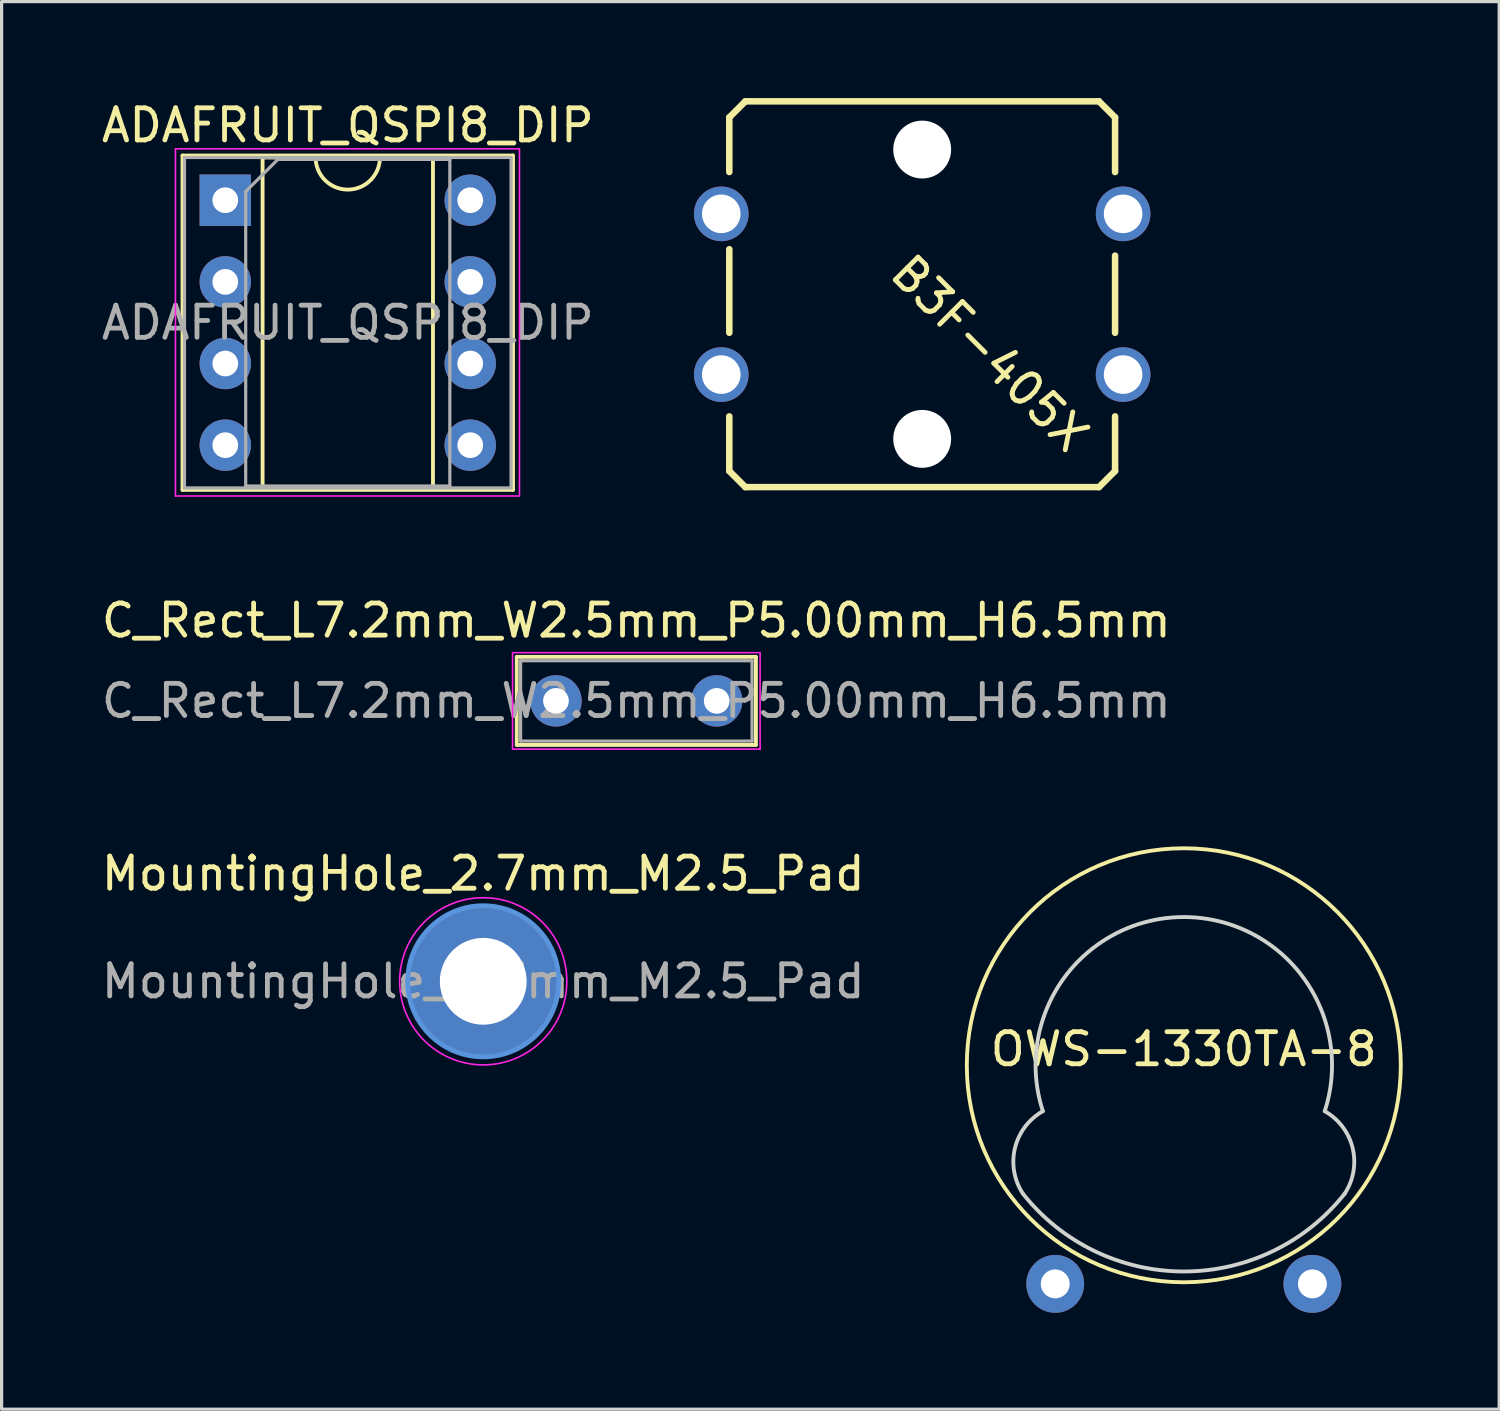
<source format=kicad_pcb>
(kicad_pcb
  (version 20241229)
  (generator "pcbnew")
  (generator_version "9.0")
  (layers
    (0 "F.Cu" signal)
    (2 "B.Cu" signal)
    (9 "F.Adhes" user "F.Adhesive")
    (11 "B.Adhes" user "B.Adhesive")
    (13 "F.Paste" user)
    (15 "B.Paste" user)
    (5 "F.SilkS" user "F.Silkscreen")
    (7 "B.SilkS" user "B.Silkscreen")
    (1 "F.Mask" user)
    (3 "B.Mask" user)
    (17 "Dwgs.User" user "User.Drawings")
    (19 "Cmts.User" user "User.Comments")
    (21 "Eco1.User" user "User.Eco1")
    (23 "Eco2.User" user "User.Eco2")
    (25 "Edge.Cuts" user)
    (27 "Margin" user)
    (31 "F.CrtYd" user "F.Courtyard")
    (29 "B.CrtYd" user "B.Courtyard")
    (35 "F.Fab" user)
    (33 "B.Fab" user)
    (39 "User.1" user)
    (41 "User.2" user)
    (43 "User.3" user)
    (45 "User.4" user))
  (footprint "C_Rect_L7.2mm_W2.5mm_P5.00mm_H6.5mm"
    (layer "F.Cu")
    (at 14.244 18.752)
    (property "Reference" "C_Rect_L7.2mm_W2.5mm_P5.00mm_H6.5mm" (at 2.5 -2.5 0) (layer "F.SilkS") (effects (font (size 1 1) (thickness 0.15))))
    (attr through_hole)
    (fp_line (start -1.22 -1.37) (end -1.22 1.37) (stroke (width 0.12) (type solid)) (layer "F.SilkS"))
    (fp_line (start -1.22 -1.37) (end 6.22 -1.37) (stroke (width 0.12) (type solid)) (layer "F.SilkS"))
    (fp_line (start -1.22 1.37) (end 6.22 1.37) (stroke (width 0.12) (type solid)) (layer "F.SilkS"))
    (fp_line (start 6.22 -1.37) (end 6.22 1.37) (stroke (width 0.12) (type solid)) (layer "F.SilkS"))
    (fp_line (start -1.35 -1.5) (end -1.35 1.5) (stroke (width 0.05) (type solid)) (layer "F.CrtYd"))
    (fp_line (start -1.35 1.5) (end 6.35 1.5) (stroke (width 0.05) (type solid)) (layer "F.CrtYd"))
    (fp_line (start 6.35 -1.5) (end -1.35 -1.5) (stroke (width 0.05) (type solid)) (layer "F.CrtYd"))
    (fp_line (start 6.35 1.5) (end 6.35 -1.5) (stroke (width 0.05) (type solid)) (layer "F.CrtYd"))
    (fp_line (start -1.1 -1.25) (end -1.1 1.25) (stroke (width 0.1) (type solid)) (layer "F.Fab"))
    (fp_line (start -1.1 1.25) (end 6.1 1.25) (stroke (width 0.1) (type solid)) (layer "F.Fab"))
    (fp_line (start 6.1 -1.25) (end -1.1 -1.25) (stroke (width 0.1) (type solid)) (layer "F.Fab"))
    (fp_line (start 6.1 1.25) (end 6.1 -1.25) (stroke (width 0.1) (type solid)) (layer "F.Fab"))
    (fp_text user "${REFERENCE}" (at 2.5 0 0) (layer "F.Fab") (effects (font (size 1 1) (thickness 0.15))))
    (pad "1" thru_hole circle (at 0 0) (size 1.6 1.6) (drill 0.8) (layers "*.Cu" "*.Mask"))
    (pad "2" thru_hole circle (at 5 0) (size 1.6 1.6) (drill 0.8) (layers "*.Cu" "*.Mask")))
  (footprint "MountingHole_2.7mm_M2.5_Pad"
    (layer "F.Cu")
    (at 11.982 27.475)
    (property "Reference" "MountingHole_2.7mm_M2.5_Pad" (at 0 -3.35 0) (layer "F.SilkS") (effects (font (size 1 1) (thickness 0.15))))
    (attr exclude_from_pos_files)
    (fp_circle (center 0 0) (end 2.35 0) (stroke (width 0.15) (type solid)) (fill no) (layer "Cmts.User"))
    (fp_circle (center 0 0) (end 2.6 0) (stroke (width 0.05) (type solid)) (fill no) (layer "F.CrtYd"))
    (fp_text user "${REFERENCE}" (at 0 0 0) (layer "F.Fab") (effects (font (size 1 1) (thickness 0.15))))
    (pad "1" thru_hole circle (at 0 0) (size 4.7 4.7) (drill 2.7) (layers "*.Cu" "*.Mask")))
  (footprint "OWS-1330TA-8"
    (layer "F.Cu")
    (at 33.774 30.087)
    (property "Reference" "OWS-1330TA-8" (at 0 -0.5 0) (unlocked yes) (layer "F.SilkS") (effects (font (size 1 1) (thickness 0.15))))
    (fp_circle (center 0 0) (end 6.75 0) (stroke (width 0.12) (type default)) (fill no) (layer "F.SilkS"))
    (fp_arc (start -4.999999 4) (mid -5.25314 2.579882) (end -4.38383 1.428745) (stroke (width 0.12) (type default)) (layer "Edge.Cuts"))
    (fp_arc (start -4.38383 1.428745) (mid 0 -4.610778) (end 4.38383 1.428745) (stroke (width 0.12) (type default)) (layer "Edge.Cuts"))
    (fp_arc (start 4.38383 1.428745) (mid 5.25314 2.579882) (end 4.999999 4) (stroke (width 0.12) (type default)) (layer "Edge.Cuts"))
    (fp_arc (start 4.999999 3.999999) (mid 0 6.414645) (end -4.999999 4) (stroke (width 0.12) (type default)) (layer "Edge.Cuts"))
    (pad "1" thru_hole circle (at -4 6.8) (size 1.8 1.8) (drill 0.9) (layers "*.Cu" "*.Mask"))
    (pad "2" thru_hole circle (at 4 6.8) (size 1.8 1.8) (drill 0.9) (layers "*.Cu" "*.Mask")))
  (footprint "B3F-405X"
    (layer "F.Cu")
    (at 25.636 6.102)
    (property "Reference" "B3F-405X" (at -1.167 -0.593 135) (layer "F.SilkS") (effects (font (size 1 1) (thickness 0.15)) (justify left bottom)))
    (attr through_hole)
    (fp_line (start -6 -5.5) (end -6 -3.8) (stroke (width 0.203) (type default)) (layer "F.SilkS"))
    (fp_line (start -6 -5.5) (end -5.5 -6) (stroke (width 0.203) (type solid)) (layer "F.SilkS"))
    (fp_line (start -6 -1.4) (end -6 1.2) (stroke (width 0.203) (type default)) (layer "F.SilkS"))
    (fp_line (start -6 3.8) (end -6 5.5) (stroke (width 0.203) (type default)) (layer "F.SilkS"))
    (fp_line (start -6 5.5) (end -5.5 6) (stroke (width 0.203) (type solid)) (layer "F.SilkS"))
    (fp_line (start -5.5 -6) (end 5.5 -6) (stroke (width 0.203) (type solid)) (layer "F.SilkS"))
    (fp_line (start -5.5 6) (end 5.5 6) (stroke (width 0.203) (type solid)) (layer "F.SilkS"))
    (fp_line (start 5.5 -6) (end 6 -5.5) (stroke (width 0.203) (type solid)) (layer "F.SilkS"))
    (fp_line (start 5.5 6) (end 6 5.5) (stroke (width 0.203) (type solid)) (layer "F.SilkS"))
    (fp_line (start 6 -5.5) (end 6 -3.8) (stroke (width 0.203) (type default)) (layer "F.SilkS"))
    (fp_line (start 6 -1.2) (end 6 1.2) (stroke (width 0.203) (type default)) (layer "F.SilkS"))
    (fp_line (start 6 5.5) (end 6 3.8) (stroke (width 0.203) (type default)) (layer "F.SilkS"))
    (pad "" np_thru_hole circle (at 0 -4.5) (size 1.8 1.8) (drill 1.8) (layers "*.Cu" "*.Mask"))
    (pad "" np_thru_hole circle (at 0 4.5) (size 1.8 1.8) (drill 1.8) (layers "*.Cu" "*.Mask"))
    (pad "1" thru_hole circle (at 6.25 2.5) (size 1.7 1.7) (drill 1.2) (layers "*.Cu" "*.Mask"))
    (pad "2" thru_hole circle (at -6.25 2.5) (size 1.7 1.7) (drill 1.2) (layers "*.Cu" "*.Mask"))
    (pad "3" thru_hole circle (at 6.25 -2.5) (size 1.7 1.7) (drill 1.2) (layers "*.Cu" "*.Mask"))
    (pad "4" thru_hole circle (at -6.25 -2.5) (size 1.7 1.7) (drill 1.2) (layers "*.Cu" "*.Mask")))
  (footprint "ADAFRUIT_QSPI8_DIP"
    (layer "F.Cu")
    (at 3.958 3.178)
    (property "Reference" "ADAFRUIT_QSPI8_DIP" (at 3.81 -2.33 0) (layer "F.SilkS") (effects (font (size 1 1) (thickness 0.15))))
    (attr through_hole)
    (fp_line (start -1.33 -1.39) (end -1.33 9.01) (stroke (width 0.12) (type solid)) (layer "F.SilkS"))
    (fp_line (start -1.33 9.01) (end 8.95 9.01) (stroke (width 0.12) (type solid)) (layer "F.SilkS"))
    (fp_line (start 1.16 -1.33) (end 1.16 8.95) (stroke (width 0.12) (type solid)) (layer "F.SilkS"))
    (fp_line (start 1.16 8.95) (end 6.46 8.95) (stroke (width 0.12) (type solid)) (layer "F.SilkS"))
    (fp_line (start 2.81 -1.33) (end 1.16 -1.33) (stroke (width 0.12) (type solid)) (layer "F.SilkS"))
    (fp_line (start 6.46 -1.33) (end 4.81 -1.33) (stroke (width 0.12) (type solid)) (layer "F.SilkS"))
    (fp_line (start 6.46 8.95) (end 6.46 -1.33) (stroke (width 0.12) (type solid)) (layer "F.SilkS"))
    (fp_line (start 8.95 -1.39) (end -1.33 -1.39) (stroke (width 0.12) (type solid)) (layer "F.SilkS"))
    (fp_line (start 8.95 9.01) (end 8.95 -1.39) (stroke (width 0.12) (type solid)) (layer "F.SilkS"))
    (fp_arc (start 4.81 -1.33) (mid 3.81 -0.33) (end 2.81 -1.33) (stroke (width 0.12) (type solid)) (layer "F.SilkS"))
    (fp_line (start -1.55 -1.6) (end -1.55 9.2) (stroke (width 0.05) (type solid)) (layer "F.CrtYd"))
    (fp_line (start -1.55 9.2) (end 9.15 9.2) (stroke (width 0.05) (type solid)) (layer "F.CrtYd"))
    (fp_line (start 9.15 -1.6) (end -1.55 -1.6) (stroke (width 0.05) (type solid)) (layer "F.CrtYd"))
    (fp_line (start 9.15 9.2) (end 9.15 -1.6) (stroke (width 0.05) (type solid)) (layer "F.CrtYd"))
    (fp_line (start -1.27 -1.33) (end -1.27 8.95) (stroke (width 0.1) (type solid)) (layer "F.Fab"))
    (fp_line (start -1.27 8.95) (end 8.89 8.95) (stroke (width 0.1) (type solid)) (layer "F.Fab"))
    (fp_line (start 0.635 -0.27) (end 1.635 -1.27) (stroke (width 0.1) (type solid)) (layer "F.Fab"))
    (fp_line (start 0.635 8.89) (end 0.635 -0.27) (stroke (width 0.1) (type solid)) (layer "F.Fab"))
    (fp_line (start 1.635 -1.27) (end 6.985 -1.27) (stroke (width 0.1) (type solid)) (layer "F.Fab"))
    (fp_line (start 6.985 -1.27) (end 6.985 8.89) (stroke (width 0.1) (type solid)) (layer "F.Fab"))
    (fp_line (start 6.985 8.89) (end 0.635 8.89) (stroke (width 0.1) (type solid)) (layer "F.Fab"))
    (fp_line (start 8.89 -1.33) (end -1.27 -1.33) (stroke (width 0.1) (type solid)) (layer "F.Fab"))
    (fp_line (start 8.89 8.95) (end 8.89 -1.33) (stroke (width 0.1) (type solid)) (layer "F.Fab"))
    (fp_text user "${REFERENCE}" (at 3.81 3.81 0) (layer "F.Fab") (effects (font (size 1 1) (thickness 0.15))))
    (pad "1" thru_hole rect (at 0 0) (size 1.6 1.6) (drill 0.8) (layers "*.Cu" "*.Mask"))
    (pad "2" thru_hole oval (at 0 2.54) (size 1.6 1.6) (drill 0.8) (layers "*.Cu" "*.Mask"))
    (pad "3" thru_hole oval (at 0 5.08) (size 1.6 1.6) (drill 0.8) (layers "*.Cu" "*.Mask"))
    (pad "4" thru_hole oval (at 0 7.62) (size 1.6 1.6) (drill 0.8) (layers "*.Cu" "*.Mask"))
    (pad "5" thru_hole oval (at 7.62 7.62) (size 1.6 1.6) (drill 0.8) (layers "*.Cu" "*.Mask"))
    (pad "6" thru_hole oval (at 7.62 5.08) (size 1.6 1.6) (drill 0.8) (layers "*.Cu" "*.Mask"))
    (pad "7" thru_hole oval (at 7.62 2.54) (size 1.6 1.6) (drill 0.8) (layers "*.Cu" "*.Mask"))
    (pad "8" thru_hole oval (at 7.62 0) (size 1.6 1.6) (drill 0.8) (layers "*.Cu" "*.Mask")))
  (gr_rect
    (start -3 -3)
    (end 43.584 40.786)
    (stroke (width 0.1) (type default))
    (fill no)
    (layer "Edge.Cuts")))
</source>
